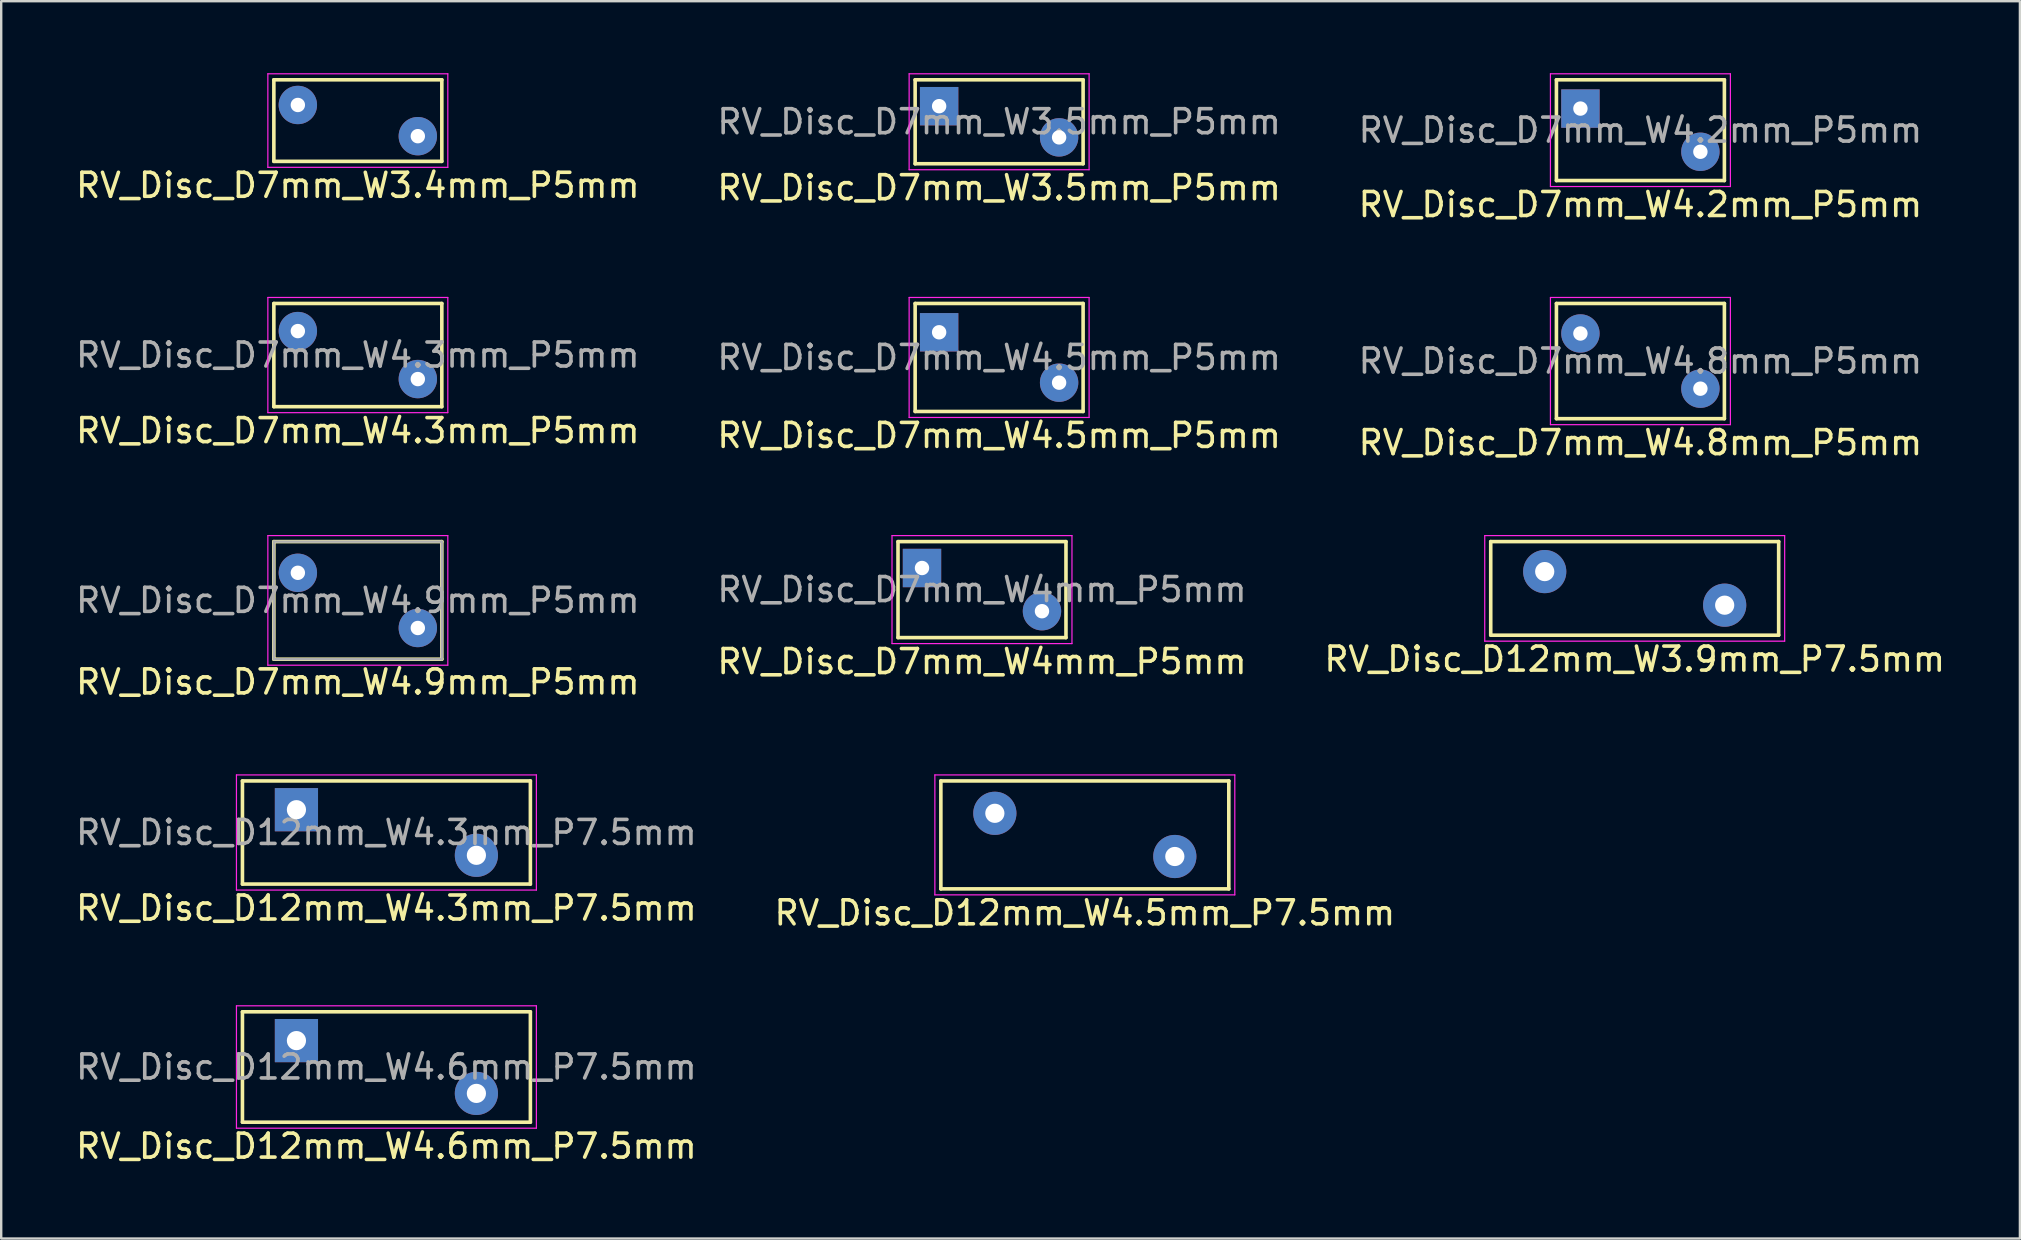
<source format=kicad_pcb>
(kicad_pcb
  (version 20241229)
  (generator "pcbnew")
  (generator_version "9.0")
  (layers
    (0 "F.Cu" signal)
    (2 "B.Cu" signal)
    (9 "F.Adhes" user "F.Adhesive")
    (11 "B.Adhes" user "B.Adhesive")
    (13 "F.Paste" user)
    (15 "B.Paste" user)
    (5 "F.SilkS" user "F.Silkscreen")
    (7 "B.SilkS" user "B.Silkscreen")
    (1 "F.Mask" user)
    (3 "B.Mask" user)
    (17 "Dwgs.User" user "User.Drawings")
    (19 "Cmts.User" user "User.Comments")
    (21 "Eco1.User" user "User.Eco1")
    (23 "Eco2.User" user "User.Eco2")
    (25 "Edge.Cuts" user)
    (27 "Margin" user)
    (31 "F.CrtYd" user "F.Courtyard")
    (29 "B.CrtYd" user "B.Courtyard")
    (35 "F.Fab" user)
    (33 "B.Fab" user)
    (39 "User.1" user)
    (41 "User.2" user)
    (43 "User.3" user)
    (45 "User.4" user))
  (footprint "RV_Disc_D12mm_W3.9mm_P7.5mm"
    (layer "F.Cu")
    (at 61.327 20.771)
    (property "Reference" "RV_Disc_D12mm_W3.9mm_P7.5mm" (at 3.75 3.65 0) (layer "F.SilkS") (effects (font (size 1 1) (thickness 0.15))))
    (attr through_hole)
    (fp_line (start -2.25 -1.25) (end -2.25 2.65) (stroke (width 0.15) (type solid)) (layer "F.SilkS"))
    (fp_line (start -2.25 -1.25) (end 9.75 -1.25) (stroke (width 0.15) (type solid)) (layer "F.SilkS"))
    (fp_line (start -2.25 2.65) (end 9.75 2.65) (stroke (width 0.15) (type solid)) (layer "F.SilkS"))
    (fp_line (start 9.75 -1.25) (end 9.75 2.65) (stroke (width 0.15) (type solid)) (layer "F.SilkS"))
    (fp_line (start -2.5 -1.5) (end -2.5 2.9) (stroke (width 0.05) (type solid)) (layer "F.CrtYd"))
    (fp_line (start -2.5 -1.5) (end 10 -1.5) (stroke (width 0.05) (type solid)) (layer "F.CrtYd"))
    (fp_line (start -2.5 2.9) (end 10 2.9) (stroke (width 0.05) (type solid)) (layer "F.CrtYd"))
    (fp_line (start 10 -1.5) (end 10 2.9) (stroke (width 0.05) (type solid)) (layer "F.CrtYd"))
    (pad "1" thru_hole circle (at 0 0) (size 1.8 1.8) (drill 0.8) (layers "*.Cu" "*.Mask"))
    (pad "2" thru_hole circle (at 7.5 1.4) (size 1.8 1.8) (drill 0.8) (layers "*.Cu" "*.Mask")))
  (footprint "RV_Disc_D12mm_W4.3mm_P7.5mm"
    (layer "F.Cu")
    (at 9.304 30.695)
    (property "Reference" "RV_Disc_D12mm_W4.3mm_P7.5mm" (at 3.75 4.1 0) (layer "F.SilkS") (effects (font (size 1 1) (thickness 0.15))))
    (attr through_hole)
    (fp_line (start -2.25 -1.2) (end -2.25 3.1) (stroke (width 0.15) (type solid)) (layer "F.SilkS"))
    (fp_line (start -2.25 -1.2) (end 9.75 -1.2) (stroke (width 0.15) (type solid)) (layer "F.SilkS"))
    (fp_line (start -2.25 3.1) (end 9.75 3.1) (stroke (width 0.15) (type solid)) (layer "F.SilkS"))
    (fp_line (start 9.75 -1.2) (end 9.75 3.1) (stroke (width 0.15) (type solid)) (layer "F.SilkS"))
    (fp_line (start -2.5 -1.45) (end -2.5 3.35) (stroke (width 0.05) (type solid)) (layer "F.CrtYd"))
    (fp_line (start -2.5 -1.45) (end 10 -1.45) (stroke (width 0.05) (type solid)) (layer "F.CrtYd"))
    (fp_line (start -2.5 3.35) (end 10 3.35) (stroke (width 0.05) (type solid)) (layer "F.CrtYd"))
    (fp_line (start 10 -1.45) (end 10 3.35) (stroke (width 0.05) (type solid)) (layer "F.CrtYd"))
    (fp_text user "${REFERENCE}" (at 3.75 0.95 0) (layer "F.Fab") (effects (font (size 1 1) (thickness 0.15))))
    (pad "1" thru_hole rect (at 0 0) (size 1.8 1.8) (drill 0.8) (layers "*.Cu" "*.Mask"))
    (pad "2" thru_hole circle (at 7.5 1.9) (size 1.8 1.8) (drill 0.8) (layers "*.Cu" "*.Mask")))
  (footprint "RV_Disc_D12mm_W4.5mm_P7.5mm"
    (layer "F.Cu")
    (at 38.411 30.845)
    (property "Reference" "RV_Disc_D12mm_W4.5mm_P7.5mm" (at 3.75 4.15 0) (layer "F.SilkS") (effects (font (size 1 1) (thickness 0.15))))
    (attr through_hole)
    (fp_line (start -2.25 -1.35) (end -2.25 3.15) (stroke (width 0.15) (type solid)) (layer "F.SilkS"))
    (fp_line (start -2.25 -1.35) (end 9.75 -1.35) (stroke (width 0.15) (type solid)) (layer "F.SilkS"))
    (fp_line (start -2.25 3.15) (end 9.75 3.15) (stroke (width 0.15) (type solid)) (layer "F.SilkS"))
    (fp_line (start 9.75 -1.35) (end 9.75 3.15) (stroke (width 0.15) (type solid)) (layer "F.SilkS"))
    (fp_line (start -2.5 -1.6) (end -2.5 3.4) (stroke (width 0.05) (type solid)) (layer "F.CrtYd"))
    (fp_line (start -2.5 -1.6) (end 10 -1.6) (stroke (width 0.05) (type solid)) (layer "F.CrtYd"))
    (fp_line (start -2.5 3.4) (end 10 3.4) (stroke (width 0.05) (type solid)) (layer "F.CrtYd"))
    (fp_line (start 10 -1.6) (end 10 3.4) (stroke (width 0.05) (type solid)) (layer "F.CrtYd"))
    (pad "1" thru_hole circle (at 0 0) (size 1.8 1.8) (drill 0.8) (layers "*.Cu" "*.Mask"))
    (pad "2" thru_hole circle (at 7.5 1.8) (size 1.8 1.8) (drill 0.8) (layers "*.Cu" "*.Mask")))
  (footprint "RV_Disc_D7mm_W4.5mm_P5mm"
    (layer "F.Cu")
    (at 36.089 10.798)
    (property "Reference" "RV_Disc_D7mm_W4.5mm_P5mm" (at 2.5 4.3 0) (layer "F.SilkS") (effects (font (size 1 1) (thickness 0.15))))
    (attr through_hole)
    (fp_line (start -1 -1.2) (end -1 3.3) (stroke (width 0.15) (type solid)) (layer "F.SilkS"))
    (fp_line (start -1 -1.2) (end 6 -1.2) (stroke (width 0.15) (type solid)) (layer "F.SilkS"))
    (fp_line (start -1 3.3) (end 6 3.3) (stroke (width 0.15) (type solid)) (layer "F.SilkS"))
    (fp_line (start 6 -1.2) (end 6 3.3) (stroke (width 0.15) (type solid)) (layer "F.SilkS"))
    (fp_line (start -1.25 -1.45) (end -1.25 3.55) (stroke (width 0.05) (type solid)) (layer "F.CrtYd"))
    (fp_line (start -1.25 -1.45) (end 6.25 -1.45) (stroke (width 0.05) (type solid)) (layer "F.CrtYd"))
    (fp_line (start -1.25 3.55) (end 6.25 3.55) (stroke (width 0.05) (type solid)) (layer "F.CrtYd"))
    (fp_line (start 6.25 -1.45) (end 6.25 3.55) (stroke (width 0.05) (type solid)) (layer "F.CrtYd"))
    (fp_text user "${REFERENCE}" (at 2.5 1.05 0) (layer "F.Fab") (effects (font (size 1 1) (thickness 0.15))))
    (pad "1" thru_hole rect (at 0 0) (size 1.6 1.6) (drill 0.6) (layers "*.Cu" "*.Mask"))
    (pad "2" thru_hole circle (at 5 2.1) (size 1.6 1.6) (drill 0.6) (layers "*.Cu" "*.Mask")))
  (footprint "RV_Disc_D7mm_W3.5mm_P5mm"
    (layer "F.Cu")
    (at 36.089 1.375)
    (property "Reference" "RV_Disc_D7mm_W3.5mm_P5mm" (at 2.5 3.4 0) (layer "F.SilkS") (effects (font (size 1 1) (thickness 0.15))))
    (attr through_hole)
    (fp_line (start -1 -1.1) (end -1 2.4) (stroke (width 0.15) (type solid)) (layer "F.SilkS"))
    (fp_line (start -1 -1.1) (end 6 -1.1) (stroke (width 0.15) (type solid)) (layer "F.SilkS"))
    (fp_line (start -1 2.4) (end 6 2.4) (stroke (width 0.15) (type solid)) (layer "F.SilkS"))
    (fp_line (start 6 -1.1) (end 6 2.4) (stroke (width 0.15) (type solid)) (layer "F.SilkS"))
    (fp_line (start -1.25 -1.35) (end -1.25 2.65) (stroke (width 0.05) (type solid)) (layer "F.CrtYd"))
    (fp_line (start -1.25 -1.35) (end 6.25 -1.35) (stroke (width 0.05) (type solid)) (layer "F.CrtYd"))
    (fp_line (start -1.25 2.65) (end 6.25 2.65) (stroke (width 0.05) (type solid)) (layer "F.CrtYd"))
    (fp_line (start 6.25 -1.35) (end 6.25 2.65) (stroke (width 0.05) (type solid)) (layer "F.CrtYd"))
    (fp_text user "${REFERENCE}" (at 2.5 0.65 0) (layer "F.Fab") (effects (font (size 1 1) (thickness 0.15))))
    (pad "1" thru_hole rect (at 0 0) (size 1.6 1.6) (drill 0.6) (layers "*.Cu" "*.Mask"))
    (pad "2" thru_hole circle (at 5 1.3) (size 1.6 1.6) (drill 0.6) (layers "*.Cu" "*.Mask")))
  (footprint "RV_Disc_D7mm_W4.3mm_P5mm"
    (layer "F.Cu")
    (at 9.363 10.748)
    (property "Reference" "RV_Disc_D7mm_W4.3mm_P5mm" (at 2.5 4.15 0) (layer "F.SilkS") (effects (font (size 1 1) (thickness 0.15))))
    (attr through_hole)
    (fp_line (start -1 -1.15) (end -1 3.15) (stroke (width 0.15) (type solid)) (layer "F.SilkS"))
    (fp_line (start -1 -1.15) (end 6 -1.15) (stroke (width 0.15) (type solid)) (layer "F.SilkS"))
    (fp_line (start -1 3.15) (end 6 3.15) (stroke (width 0.15) (type solid)) (layer "F.SilkS"))
    (fp_line (start 6 -1.15) (end 6 3.15) (stroke (width 0.15) (type solid)) (layer "F.SilkS"))
    (fp_line (start -1.25 -1.4) (end -1.25 3.4) (stroke (width 0.05) (type solid)) (layer "F.CrtYd"))
    (fp_line (start -1.25 -1.4) (end 6.25 -1.4) (stroke (width 0.05) (type solid)) (layer "F.CrtYd"))
    (fp_line (start -1.25 3.4) (end 6.25 3.4) (stroke (width 0.05) (type solid)) (layer "F.CrtYd"))
    (fp_line (start 6.25 -1.4) (end 6.25 3.4) (stroke (width 0.05) (type solid)) (layer "F.CrtYd"))
    (fp_text user "${REFERENCE}" (at 2.5 1 0) (layer "F.Fab") (effects (font (size 1 1) (thickness 0.15))))
    (pad "1" thru_hole circle (at 0 0) (size 1.6 1.6) (drill 0.6) (layers "*.Cu" "*.Mask"))
    (pad "2" thru_hole circle (at 5 2) (size 1.6 1.6) (drill 0.6) (layers "*.Cu" "*.Mask")))
  (footprint "RV_Disc_D7mm_W4.8mm_P5mm"
    (layer "F.Cu")
    (at 62.815 10.848)
    (property "Reference" "RV_Disc_D7mm_W4.8mm_P5mm" (at 2.5 4.55 0) (layer "F.SilkS") (effects (font (size 1 1) (thickness 0.15))))
    (attr through_hole)
    (fp_line (start -1 -1.25) (end -1 3.55) (stroke (width 0.15) (type solid)) (layer "F.SilkS"))
    (fp_line (start -1 -1.25) (end 6 -1.25) (stroke (width 0.15) (type solid)) (layer "F.SilkS"))
    (fp_line (start -1 3.55) (end 6 3.55) (stroke (width 0.15) (type solid)) (layer "F.SilkS"))
    (fp_line (start 6 -1.25) (end 6 3.55) (stroke (width 0.15) (type solid)) (layer "F.SilkS"))
    (fp_line (start -1.25 -1.5) (end -1.25 3.8) (stroke (width 0.05) (type solid)) (layer "F.CrtYd"))
    (fp_line (start -1.25 -1.5) (end 6.25 -1.5) (stroke (width 0.05) (type solid)) (layer "F.CrtYd"))
    (fp_line (start -1.25 3.8) (end 6.25 3.8) (stroke (width 0.05) (type solid)) (layer "F.CrtYd"))
    (fp_line (start 6.25 -1.5) (end 6.25 3.8) (stroke (width 0.05) (type solid)) (layer "F.CrtYd"))
    (fp_text user "${REFERENCE}" (at 2.5 1.15 0) (layer "F.Fab") (effects (font (size 1 1) (thickness 0.15))))
    (pad "1" thru_hole circle (at 0 0) (size 1.6 1.6) (drill 0.6) (layers "*.Cu" "*.Mask"))
    (pad "2" thru_hole circle (at 5 2.3) (size 1.6 1.6) (drill 0.6) (layers "*.Cu" "*.Mask")))
  (footprint "RV_Disc_D7mm_W3.4mm_P5mm"
    (layer "F.Cu")
    (at 9.363 1.325)
    (property "Reference" "RV_Disc_D7mm_W3.4mm_P5mm" (at 2.5 3.35 0) (layer "F.SilkS") (effects (font (size 1 1) (thickness 0.15))))
    (attr through_hole)
    (fp_line (start -1 -1.05) (end -1 2.35) (stroke (width 0.15) (type solid)) (layer "F.SilkS"))
    (fp_line (start -1 -1.05) (end 6 -1.05) (stroke (width 0.15) (type solid)) (layer "F.SilkS"))
    (fp_line (start -1 2.35) (end 6 2.35) (stroke (width 0.15) (type solid)) (layer "F.SilkS"))
    (fp_line (start 6 -1.05) (end 6 2.35) (stroke (width 0.15) (type solid)) (layer "F.SilkS"))
    (fp_line (start -1.25 -1.3) (end -1.25 2.6) (stroke (width 0.05) (type solid)) (layer "F.CrtYd"))
    (fp_line (start -1.25 -1.3) (end 6.25 -1.3) (stroke (width 0.05) (type solid)) (layer "F.CrtYd"))
    (fp_line (start -1.25 2.6) (end 6.25 2.6) (stroke (width 0.05) (type solid)) (layer "F.CrtYd"))
    (fp_line (start 6.25 -1.3) (end 6.25 2.6) (stroke (width 0.05) (type solid)) (layer "F.CrtYd"))
    (pad "1" thru_hole circle (at 0 0) (size 1.6 1.6) (drill 0.6) (layers "*.Cu" "*.Mask"))
    (pad "2" thru_hole circle (at 5 1.3) (size 1.6 1.6) (drill 0.6) (layers "*.Cu" "*.Mask")))
  (footprint "RV_Disc_D12mm_W4.6mm_P7.5mm"
    (layer "F.Cu")
    (at 9.304 40.318)
    (property "Reference" "RV_Disc_D12mm_W4.6mm_P7.5mm" (at 3.75 4.4 0) (layer "F.SilkS") (effects (font (size 1 1) (thickness 0.15))))
    (attr through_hole)
    (fp_line (start -2.25 -1.2) (end -2.25 3.4) (stroke (width 0.15) (type solid)) (layer "F.SilkS"))
    (fp_line (start -2.25 -1.2) (end 9.75 -1.2) (stroke (width 0.15) (type solid)) (layer "F.SilkS"))
    (fp_line (start -2.25 3.4) (end 9.75 3.4) (stroke (width 0.15) (type solid)) (layer "F.SilkS"))
    (fp_line (start 9.75 -1.2) (end 9.75 3.4) (stroke (width 0.15) (type solid)) (layer "F.SilkS"))
    (fp_line (start -2.5 -1.45) (end -2.5 3.65) (stroke (width 0.05) (type solid)) (layer "F.CrtYd"))
    (fp_line (start -2.5 -1.45) (end 10 -1.45) (stroke (width 0.05) (type solid)) (layer "F.CrtYd"))
    (fp_line (start -2.5 3.65) (end 10 3.65) (stroke (width 0.05) (type solid)) (layer "F.CrtYd"))
    (fp_line (start 10 -1.45) (end 10 3.65) (stroke (width 0.05) (type solid)) (layer "F.CrtYd"))
    (fp_text user "${REFERENCE}" (at 3.75 1.1 0) (layer "F.Fab") (effects (font (size 1 1) (thickness 0.15))))
    (pad "1" thru_hole rect (at 0 0) (size 1.8 1.8) (drill 0.8) (layers "*.Cu" "*.Mask"))
    (pad "2" thru_hole circle (at 7.5 2.2) (size 1.8 1.8) (drill 0.8) (layers "*.Cu" "*.Mask")))
  (footprint "RV_Disc_D7mm_W4.2mm_P5mm"
    (layer "F.Cu")
    (at 62.815 1.475)
    (property "Reference" "RV_Disc_D7mm_W4.2mm_P5mm" (at 2.5 4 0) (layer "F.SilkS") (effects (font (size 1 1) (thickness 0.15))))
    (attr through_hole)
    (fp_line (start -1 -1.2) (end -1 3) (stroke (width 0.15) (type solid)) (layer "F.SilkS"))
    (fp_line (start -1 -1.2) (end 6 -1.2) (stroke (width 0.15) (type solid)) (layer "F.SilkS"))
    (fp_line (start -1 3) (end 6 3) (stroke (width 0.15) (type solid)) (layer "F.SilkS"))
    (fp_line (start 6 -1.2) (end 6 3) (stroke (width 0.15) (type solid)) (layer "F.SilkS"))
    (fp_line (start -1.25 -1.45) (end -1.25 3.25) (stroke (width 0.05) (type solid)) (layer "F.CrtYd"))
    (fp_line (start -1.25 -1.45) (end 6.25 -1.45) (stroke (width 0.05) (type solid)) (layer "F.CrtYd"))
    (fp_line (start -1.25 3.25) (end 6.25 3.25) (stroke (width 0.05) (type solid)) (layer "F.CrtYd"))
    (fp_line (start 6.25 -1.45) (end 6.25 3.25) (stroke (width 0.05) (type solid)) (layer "F.CrtYd"))
    (fp_text user "${REFERENCE}" (at 2.5 0.9 0) (layer "F.Fab") (effects (font (size 1 1) (thickness 0.15))))
    (pad "1" thru_hole rect (at 0 0) (size 1.6 1.6) (drill 0.6) (layers "*.Cu" "*.Mask"))
    (pad "2" thru_hole circle (at 5 1.8) (size 1.6 1.6) (drill 0.6) (layers "*.Cu" "*.Mask")))
  (footprint "RV_Disc_D7mm_W4mm_P5mm"
    (layer "F.Cu")
    (at 35.375 20.622)
    (property "Reference" "RV_Disc_D7mm_W4mm_P5mm" (at 2.5 3.9 0) (layer "F.SilkS") (effects (font (size 1 1) (thickness 0.15))))
    (attr through_hole)
    (fp_line (start -1 -1.1) (end -1 2.9) (stroke (width 0.15) (type solid)) (layer "F.SilkS"))
    (fp_line (start -1 -1.1) (end 6 -1.1) (stroke (width 0.15) (type solid)) (layer "F.SilkS"))
    (fp_line (start -1 2.9) (end 6 2.9) (stroke (width 0.15) (type solid)) (layer "F.SilkS"))
    (fp_line (start 6 -1.1) (end 6 2.9) (stroke (width 0.15) (type solid)) (layer "F.SilkS"))
    (fp_line (start -1.25 -1.35) (end -1.25 3.15) (stroke (width 0.05) (type solid)) (layer "F.CrtYd"))
    (fp_line (start -1.25 -1.35) (end 6.25 -1.35) (stroke (width 0.05) (type solid)) (layer "F.CrtYd"))
    (fp_line (start -1.25 3.15) (end 6.25 3.15) (stroke (width 0.05) (type solid)) (layer "F.CrtYd"))
    (fp_line (start 6.25 -1.35) (end 6.25 3.15) (stroke (width 0.05) (type solid)) (layer "F.CrtYd"))
    (fp_text user "${REFERENCE}" (at 2.5 0.9 0) (layer "F.Fab") (effects (font (size 1 1) (thickness 0.15))))
    (pad "1" thru_hole rect (at 0 0) (size 1.6 1.6) (drill 0.6) (layers "*.Cu" "*.Mask"))
    (pad "2" thru_hole circle (at 5 1.8) (size 1.6 1.6) (drill 0.6) (layers "*.Cu" "*.Mask")))
  (footprint "RV_Disc_D7mm_W4.9mm_P5mm"
    (layer "F.Cu")
    (at 9.363 20.822)
    (property "Reference" "RV_Disc_D7mm_W4.9mm_P5mm" (at 2.5 4.55 0) (layer "F.SilkS") (effects (font (size 1 1) (thickness 0.15))))
    (attr through_hole)
    (fp_line (start -1 -1.3) (end -1 3.6) (stroke (width 0.15) (type solid)) (layer "F.SilkS"))
    (fp_line (start -1 -1.3) (end 6 -1.3) (stroke (width 0.15) (type solid)) (layer "F.SilkS"))
    (fp_line (start -1 3.6) (end 6 3.6) (stroke (width 0.15) (type solid)) (layer "F.SilkS"))
    (fp_line (start 6 -1.3) (end 6 3.6) (stroke (width 0.15) (type solid)) (layer "F.SilkS"))
    (fp_line (start -1.25 -1.55) (end -1.25 3.85) (stroke (width 0.05) (type solid)) (layer "F.CrtYd"))
    (fp_line (start -1.25 -1.55) (end 6.25 -1.55) (stroke (width 0.05) (type solid)) (layer "F.CrtYd"))
    (fp_line (start -1.25 3.85) (end 6.25 3.85) (stroke (width 0.05) (type solid)) (layer "F.CrtYd"))
    (fp_line (start 6.25 -1.55) (end 6.25 3.85) (stroke (width 0.05) (type solid)) (layer "F.CrtYd"))
    (fp_line (start -1 -1.3) (end -1 3.6) (stroke (width 0.1) (type solid)) (layer "F.Fab"))
    (fp_line (start -1 -1.3) (end 6 -1.3) (stroke (width 0.1) (type solid)) (layer "F.Fab"))
    (fp_line (start -1 3.6) (end 6 3.6) (stroke (width 0.1) (type solid)) (layer "F.Fab"))
    (fp_line (start 6 -1.3) (end 6 3.6) (stroke (width 0.1) (type solid)) (layer "F.Fab"))
    (fp_text user "${REFERENCE}" (at 2.5 1.15 0) (layer "F.Fab") (effects (font (size 1 1) (thickness 0.15))))
    (pad "1" thru_hole circle (at 0 0) (size 1.6 1.6) (drill 0.6) (layers "*.Cu" "*.Mask"))
    (pad "2" thru_hole circle (at 5 2.3) (size 1.6 1.6) (drill 0.6) (layers "*.Cu" "*.Mask")))
  (gr_rect
    (start -3 -3)
    (end 81.131 48.566)
    (stroke (width 0.1) (type default))
    (fill no)
    (layer "Edge.Cuts")))
</source>
